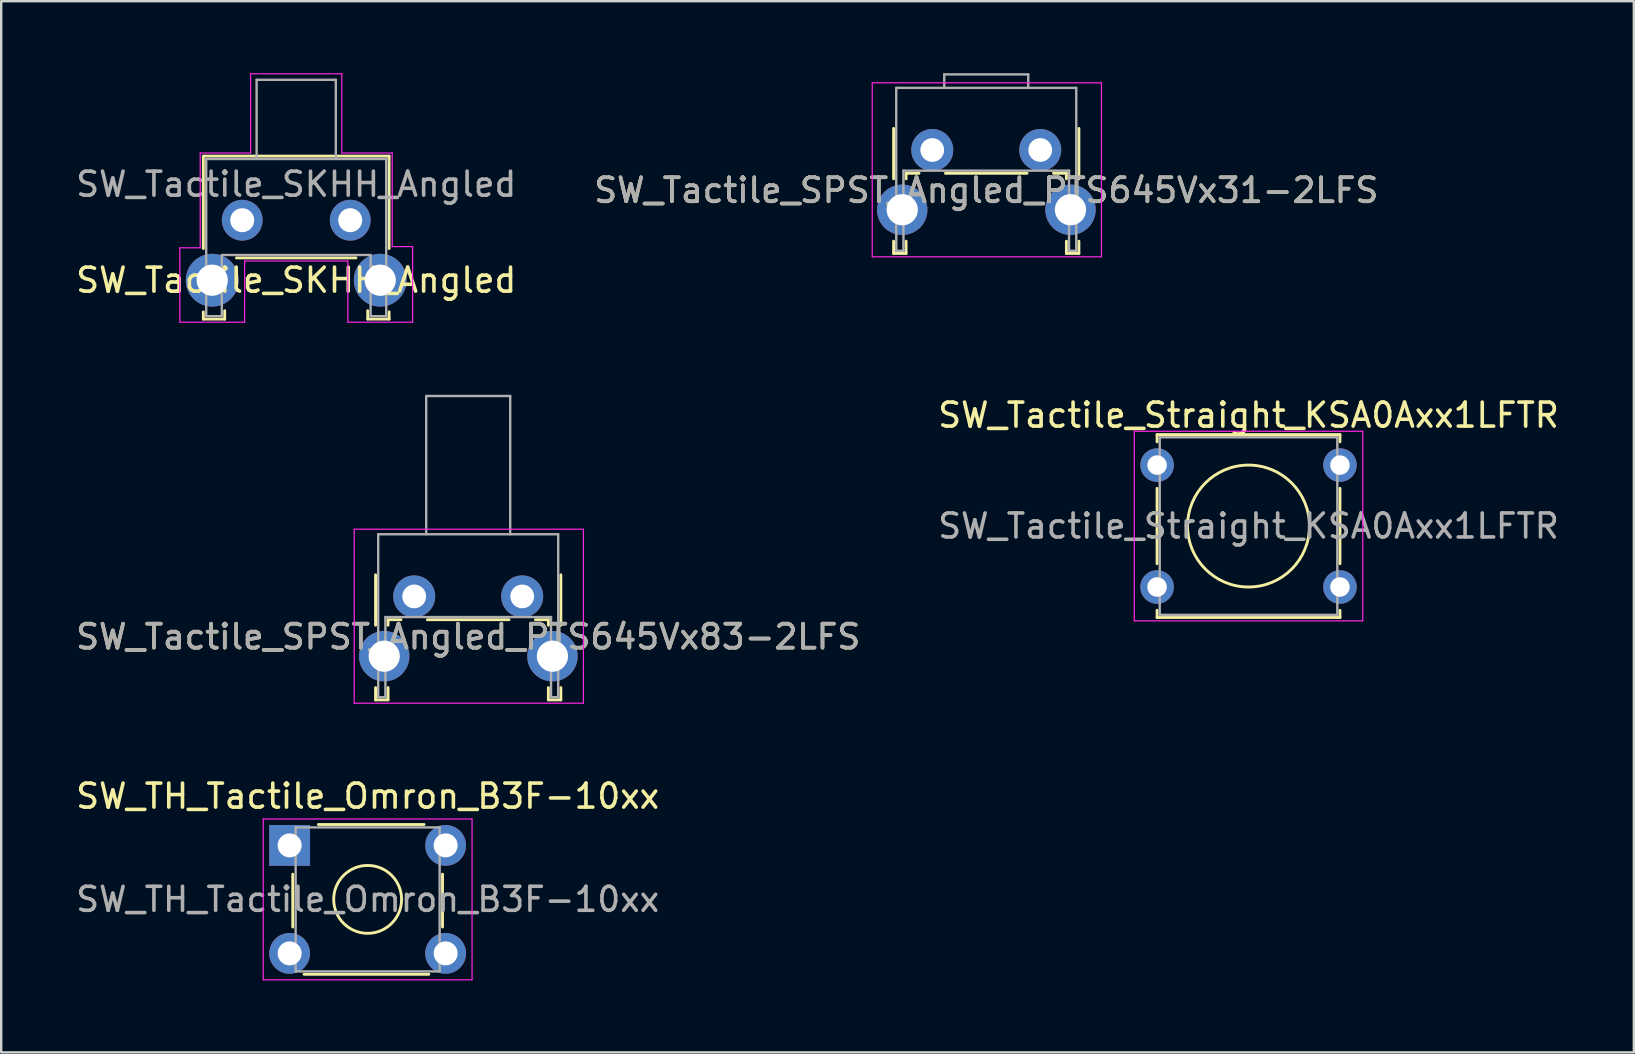
<source format=kicad_pcb>
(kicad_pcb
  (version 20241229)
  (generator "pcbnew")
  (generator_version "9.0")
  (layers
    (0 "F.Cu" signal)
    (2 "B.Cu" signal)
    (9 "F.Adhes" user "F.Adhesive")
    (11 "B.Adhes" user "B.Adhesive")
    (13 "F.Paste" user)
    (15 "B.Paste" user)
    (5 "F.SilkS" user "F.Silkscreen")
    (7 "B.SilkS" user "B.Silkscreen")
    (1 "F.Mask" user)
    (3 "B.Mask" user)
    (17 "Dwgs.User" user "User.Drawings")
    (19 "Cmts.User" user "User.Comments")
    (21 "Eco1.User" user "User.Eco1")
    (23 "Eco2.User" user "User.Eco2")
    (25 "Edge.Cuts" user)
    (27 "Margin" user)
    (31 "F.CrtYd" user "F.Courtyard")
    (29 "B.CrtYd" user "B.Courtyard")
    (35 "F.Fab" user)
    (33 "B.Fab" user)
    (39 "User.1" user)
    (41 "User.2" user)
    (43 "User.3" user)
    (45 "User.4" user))
  (footprint "SW_Tactile_Straight_KSA0Axx1LFTR"
    (layer "F.Cu")
    (at 45.16 16.328)
    (property "Reference" "SW_Tactile_Straight_KSA0Axx1LFTR" (at 3.81 -2.08 0) (layer "F.SilkS") (effects (font (size 1 1) (thickness 0.15))))
    (attr through_hole)
    (fp_line (start 0 -1.27) (end 0 -0.97) (stroke (width 0.12) (type solid)) (layer "F.SilkS"))
    (fp_line (start 0 -1.27) (end 7.62 -1.27) (stroke (width 0.12) (type solid)) (layer "F.SilkS"))
    (fp_line (start 0 0.97) (end 0 4.11) (stroke (width 0.12) (type solid)) (layer "F.SilkS"))
    (fp_line (start 0 6.05) (end 0 6.35) (stroke (width 0.12) (type solid)) (layer "F.SilkS"))
    (fp_line (start 7.62 -1.27) (end 7.62 -0.97) (stroke (width 0.12) (type solid)) (layer "F.SilkS"))
    (fp_line (start 7.62 0.97) (end 7.62 4.11) (stroke (width 0.12) (type solid)) (layer "F.SilkS"))
    (fp_line (start 7.62 6.05) (end 7.62 6.35) (stroke (width 0.12) (type solid)) (layer "F.SilkS"))
    (fp_line (start 7.62 6.35) (end 0 6.35) (stroke (width 0.12) (type solid)) (layer "F.SilkS"))
    (fp_circle (center 3.81 2.54) (end 3.81 0) (stroke (width 0.12) (type solid)) (fill no) (layer "F.SilkS"))
    (fp_line (start -0.95 -1.41) (end -0.95 6.49) (stroke (width 0.05) (type solid)) (layer "F.CrtYd"))
    (fp_line (start -0.95 -1.41) (end 8.57 -1.41) (stroke (width 0.05) (type solid)) (layer "F.CrtYd"))
    (fp_line (start 8.57 6.49) (end -0.95 6.49) (stroke (width 0.05) (type solid)) (layer "F.CrtYd"))
    (fp_line (start 8.57 6.49) (end 8.57 -1.41) (stroke (width 0.05) (type solid)) (layer "F.CrtYd"))
    (fp_line (start 0.11 -1.16) (end 7.51 -1.16) (stroke (width 0.1) (type solid)) (layer "F.Fab"))
    (fp_line (start 0.11 6.24) (end 0.11 -1.16) (stroke (width 0.1) (type solid)) (layer "F.Fab"))
    (fp_line (start 7.51 -1.16) (end 7.51 6.24) (stroke (width 0.1) (type solid)) (layer "F.Fab"))
    (fp_line (start 7.51 6.24) (end 0.11 6.24) (stroke (width 0.1) (type solid)) (layer "F.Fab"))
    (fp_text user "${REFERENCE}" (at 3.81 2.54 0) (layer "F.Fab") (effects (font (size 1 1) (thickness 0.15))))
    (pad "1" thru_hole circle (at 0 0) (size 1.397 1.397) (drill 0.813) (layers "*.Cu" "*.Mask"))
    (pad "1" thru_hole circle (at 7.62 0) (size 1.397 1.397) (drill 0.813) (layers "*.Cu" "*.Mask"))
    (pad "2" thru_hole circle (at 0 5.08) (size 1.397 1.397) (drill 0.813) (layers "*.Cu" "*.Mask"))
    (pad "2" thru_hole circle (at 7.62 5.08) (size 1.397 1.397) (drill 0.813) (layers "*.Cu" "*.Mask")))
  (footprint "SW_TH_Tactile_Omron_B3F-10xx"
    (layer "F.Cu")
    (at 9.018 32.173)
    (property "Reference" "SW_TH_Tactile_Omron_B3F-10xx" (at 3.25 -2.05 0) (layer "F.SilkS") (effects (font (size 1 1) (thickness 0.15))))
    (attr through_hole)
    (fp_line (start 0.13 3.4) (end 0.13 1.2) (stroke (width 0.12) (type solid)) (layer "F.SilkS"))
    (fp_line (start 0.6 5.37) (end 5.8 5.37) (stroke (width 0.12) (type solid)) (layer "F.SilkS"))
    (fp_line (start 1.2 -0.87) (end 5.6 -0.87) (stroke (width 0.12) (type solid)) (layer "F.SilkS"))
    (fp_line (start 6.37 1.2) (end 6.37 3.4) (stroke (width 0.12) (type solid)) (layer "F.SilkS"))
    (fp_circle (center 3.25 2.25) (end 4.25 3.25) (stroke (width 0.12) (type solid)) (fill no) (layer "F.SilkS"))
    (fp_line (start -1.1 -1.1) (end -1.1 5.6) (stroke (width 0.05) (type solid)) (layer "F.CrtYd"))
    (fp_line (start -1.1 -1.1) (end 7.6 -1.1) (stroke (width 0.05) (type solid)) (layer "F.CrtYd"))
    (fp_line (start -1.1 5.6) (end 7.6 5.6) (stroke (width 0.05) (type solid)) (layer "F.CrtYd"))
    (fp_line (start 7.6 5.6) (end 7.6 -1.1) (stroke (width 0.05) (type solid)) (layer "F.CrtYd"))
    (fp_line (start 0.25 -0.75) (end 0.25 5.25) (stroke (width 0.1) (type solid)) (layer "F.Fab"))
    (fp_line (start 0.25 -0.75) (end 6.25 -0.75) (stroke (width 0.1) (type solid)) (layer "F.Fab"))
    (fp_line (start 0.25 5.25) (end 6.25 5.25) (stroke (width 0.1) (type solid)) (layer "F.Fab"))
    (fp_line (start 6.25 -0.75) (end 6.25 5.25) (stroke (width 0.1) (type solid)) (layer "F.Fab"))
    (fp_text user "${REFERENCE}" (at 3.25 2.25 0) (layer "F.Fab") (effects (font (size 1 1) (thickness 0.15))))
    (pad "1" thru_hole rect (at 0 0) (size 1.7 1.7) (drill 1) (layers "*.Cu" "*.Mask"))
    (pad "1" thru_hole circle (at 6.5 0) (size 1.7 1.7) (drill 1) (layers "*.Cu" "*.Mask"))
    (pad "2" thru_hole circle (at 0 4.5) (size 1.7 1.7) (drill 1) (layers "*.Cu" "*.Mask"))
    (pad "2" thru_hole circle (at 6.5 4.5) (size 1.7 1.7) (drill 1) (layers "*.Cu" "*.Mask")))
  (footprint "SW_Tactile_SKHH_Angled"
    (layer "F.Cu")
    (at 7.042 6.125)
    (property "Reference" "SW_Tactile_SKHH_Angled" (at 2.25 2.5 0) (layer "F.SilkS") (effects (font (size 1 1) (thickness 0.15))))
    (attr through_hole)
    (fp_line (start -1.62 -2.67) (end -1.62 1.18) (stroke (width 0.12) (type solid)) (layer "F.SilkS"))
    (fp_line (start -1.62 3.82) (end -1.62 4.12) (stroke (width 0.12) (type solid)) (layer "F.SilkS"))
    (fp_line (start -0.73 4.12) (end -1.62 4.12) (stroke (width 0.12) (type solid)) (layer "F.SilkS"))
    (fp_line (start -0.73 4.12) (end -0.73 3.77) (stroke (width 0.12) (type solid)) (layer "F.SilkS"))
    (fp_line (start -0.24 1.57) (end 4.74 1.57) (stroke (width 0.12) (type solid)) (layer "F.SilkS"))
    (fp_line (start 5.23 4.12) (end 5.23 3.77) (stroke (width 0.12) (type solid)) (layer "F.SilkS"))
    (fp_line (start 6.12 -2.67) (end -1.62 -2.67) (stroke (width 0.12) (type solid)) (layer "F.SilkS"))
    (fp_line (start 6.12 1.18) (end 6.12 -2.67) (stroke (width 0.12) (type solid)) (layer "F.SilkS"))
    (fp_line (start 6.12 3.82) (end 6.12 4.12) (stroke (width 0.12) (type solid)) (layer "F.SilkS"))
    (fp_line (start 6.12 4.12) (end 5.23 4.12) (stroke (width 0.12) (type solid)) (layer "F.SilkS"))
    (fp_line (start -2.6 1.15) (end -1.75 1.15) (stroke (width 0.05) (type solid)) (layer "F.CrtYd"))
    (fp_line (start -2.6 4.25) (end -2.6 1.15) (stroke (width 0.05) (type solid)) (layer "F.CrtYd"))
    (fp_line (start -1.75 1.15) (end -1.75 -2.8) (stroke (width 0.05) (type solid)) (layer "F.CrtYd"))
    (fp_line (start 0.1 1.7) (end 4.4 1.7) (stroke (width 0.05) (type solid)) (layer "F.CrtYd"))
    (fp_line (start 0.1 4.25) (end -2.6 4.25) (stroke (width 0.05) (type solid)) (layer "F.CrtYd"))
    (fp_line (start 0.1 4.25) (end 0.1 1.7) (stroke (width 0.05) (type solid)) (layer "F.CrtYd"))
    (fp_line (start 0.35 -6.1) (end 0.35 -2.8) (stroke (width 0.05) (type solid)) (layer "F.CrtYd"))
    (fp_line (start 0.35 -2.8) (end -1.75 -2.8) (stroke (width 0.05) (type solid)) (layer "F.CrtYd"))
    (fp_line (start 4.15 -6.1) (end 0.35 -6.1) (stroke (width 0.05) (type solid)) (layer "F.CrtYd"))
    (fp_line (start 4.15 -2.8) (end 4.15 -6.1) (stroke (width 0.05) (type solid)) (layer "F.CrtYd"))
    (fp_line (start 4.4 1.7) (end 4.4 4.25) (stroke (width 0.05) (type solid)) (layer "F.CrtYd"))
    (fp_line (start 4.4 4.25) (end 7.1 4.25) (stroke (width 0.05) (type solid)) (layer "F.CrtYd"))
    (fp_line (start 6.25 -2.8) (end 4.15 -2.8) (stroke (width 0.05) (type solid)) (layer "F.CrtYd"))
    (fp_line (start 6.25 1.1) (end 6.25 -2.8) (stroke (width 0.05) (type solid)) (layer "F.CrtYd"))
    (fp_line (start 7.1 1.1) (end 6.25 1.1) (stroke (width 0.05) (type solid)) (layer "F.CrtYd"))
    (fp_line (start 7.1 4.25) (end 7.1 1.1) (stroke (width 0.05) (type solid)) (layer "F.CrtYd"))
    (fp_line (start -1.5 4) (end -1.5 -2.55) (stroke (width 0.1) (type solid)) (layer "F.Fab"))
    (fp_line (start -0.85 1.45) (end -0.85 4) (stroke (width 0.1) (type solid)) (layer "F.Fab"))
    (fp_line (start -0.85 4) (end -1.5 4) (stroke (width 0.1) (type solid)) (layer "F.Fab"))
    (fp_line (start 0.6 -5.85) (end 3.9 -5.85) (stroke (width 0.1) (type solid)) (layer "F.Fab"))
    (fp_line (start 0.6 -2.55) (end 0.6 -5.85) (stroke (width 0.1) (type solid)) (layer "F.Fab"))
    (fp_line (start 3.9 -2.55) (end 3.9 -5.85) (stroke (width 0.1) (type solid)) (layer "F.Fab"))
    (fp_line (start 5.35 1.45) (end -0.85 1.45) (stroke (width 0.1) (type solid)) (layer "F.Fab"))
    (fp_line (start 5.35 1.45) (end 5.35 4) (stroke (width 0.1) (type solid)) (layer "F.Fab"))
    (fp_line (start 6 -2.55) (end -1.5 -2.55) (stroke (width 0.1) (type solid)) (layer "F.Fab"))
    (fp_line (start 6 -2.55) (end 6 4) (stroke (width 0.1) (type solid)) (layer "F.Fab"))
    (fp_line (start 6 4) (end 5.35 4) (stroke (width 0.1) (type solid)) (layer "F.Fab"))
    (fp_text user "${REFERENCE}" (at 2.25 -1.5 0) (layer "F.Fab") (effects (font (size 1 1) (thickness 0.15))))
    (pad "" thru_hole circle (at -1.25 2.5 180) (size 2.2 2.2) (drill 1.3) (layers "*.Cu" "*.Mask"))
    (pad "" thru_hole circle (at 5.75 2.5 180) (size 2.2 2.2) (drill 1.3) (layers "*.Cu" "*.Mask"))
    (pad "1" thru_hole circle (at 0 0 180) (size 1.7 1.7) (drill 1) (layers "*.Cu" "*.Mask"))
    (pad "2" thru_hole circle (at 4.5 0 180) (size 1.7 1.7) (drill 1) (layers "*.Cu" "*.Mask")))
  (footprint "SW_Tactile_SPST_Angled_PTS645Vx31-2LFS"
    (layer "F.Cu")
    (at 35.792 3.2)
    (property "Reference" "SW_Tactile_SPST_Angled_PTS645Vx31-2LFS" (at 2.25 1.68 0) (layer "F.SilkS") (effects (font (size 1 1) (thickness 0.15))))
    (attr through_hole)
    (fp_line (start -1.61 -0.9) (end -1.61 1.2) (stroke (width 0.12) (type solid)) (layer "F.SilkS"))
    (fp_line (start -1.61 3.8) (end -1.61 4.31) (stroke (width 0.12) (type solid)) (layer "F.SilkS"))
    (fp_line (start -1.61 4.31) (end -1.09 4.31) (stroke (width 0.12) (type solid)) (layer "F.SilkS"))
    (fp_line (start -1.09 0.97) (end -1.09 1.2) (stroke (width 0.12) (type solid)) (layer "F.SilkS"))
    (fp_line (start -1.09 0.97) (end -0.55 0.97) (stroke (width 0.12) (type solid)) (layer "F.SilkS"))
    (fp_line (start -1.09 3.8) (end -1.09 4.31) (stroke (width 0.12) (type solid)) (layer "F.SilkS"))
    (fp_line (start 0.55 0.97) (end 3.95 0.97) (stroke (width 0.12) (type solid)) (layer "F.SilkS"))
    (fp_line (start 5.05 0.97) (end 5.59 0.97) (stroke (width 0.12) (type solid)) (layer "F.SilkS"))
    (fp_line (start 5.59 0.97) (end 5.59 1.2) (stroke (width 0.12) (type solid)) (layer "F.SilkS"))
    (fp_line (start 5.59 3.8) (end 5.59 4.31) (stroke (width 0.12) (type solid)) (layer "F.SilkS"))
    (fp_line (start 5.59 4.31) (end 6.11 4.31) (stroke (width 0.12) (type solid)) (layer "F.SilkS"))
    (fp_line (start 6.11 -0.9) (end 6.11 1.2) (stroke (width 0.12) (type solid)) (layer "F.SilkS"))
    (fp_line (start 6.11 3.8) (end 6.11 4.31) (stroke (width 0.12) (type solid)) (layer "F.SilkS"))
    (fp_line (start -2.5 -2.8) (end 7.05 -2.8) (stroke (width 0.05) (type solid)) (layer "F.CrtYd"))
    (fp_line (start -2.5 4.45) (end -2.5 -2.8) (stroke (width 0.05) (type solid)) (layer "F.CrtYd"))
    (fp_line (start 7.05 -2.8) (end 7.05 4.45) (stroke (width 0.05) (type solid)) (layer "F.CrtYd"))
    (fp_line (start 7.05 4.45) (end -2.5 4.45) (stroke (width 0.05) (type solid)) (layer "F.CrtYd"))
    (fp_line (start -1.5 -2.59) (end 6 -2.59) (stroke (width 0.1) (type solid)) (layer "F.Fab"))
    (fp_line (start -1.5 4.2) (end -1.5 -2.59) (stroke (width 0.1) (type solid)) (layer "F.Fab"))
    (fp_line (start -1.5 4.2) (end -1.2 4.2) (stroke (width 0.1) (type solid)) (layer "F.Fab"))
    (fp_line (start -1.2 0.86) (end 5.7 0.86) (stroke (width 0.1) (type solid)) (layer "F.Fab"))
    (fp_line (start -1.2 4.2) (end -1.2 0.86) (stroke (width 0.1) (type solid)) (layer "F.Fab"))
    (fp_line (start 0.5 -3.15) (end 0.5 -2.59) (stroke (width 0.1) (type solid)) (layer "F.Fab"))
    (fp_line (start 0.5 -3.15) (end 4 -3.15) (stroke (width 0.1) (type solid)) (layer "F.Fab"))
    (fp_line (start 4 -3.15) (end 4 -2.59) (stroke (width 0.1) (type solid)) (layer "F.Fab"))
    (fp_line (start 5.7 4.2) (end 5.7 0.86) (stroke (width 0.1) (type solid)) (layer "F.Fab"))
    (fp_line (start 5.7 4.2) (end 6 4.2) (stroke (width 0.1) (type solid)) (layer "F.Fab"))
    (fp_line (start 6 4.2) (end 6 -2.59) (stroke (width 0.1) (type solid)) (layer "F.Fab"))
    (fp_text user "${REFERENCE}" (at 2.25 1.68 0) (layer "F.Fab") (effects (font (size 1 1) (thickness 0.15))))
    (pad "" thru_hole circle (at -1.25 2.49) (size 2.1 2.1) (drill 1.3) (layers "*.Cu" "*.Mask"))
    (pad "" thru_hole circle (at 5.76 2.49) (size 2.1 2.1) (drill 1.3) (layers "*.Cu" "*.Mask"))
    (pad "1" thru_hole circle (at 0 0) (size 1.75 1.75) (drill 0.99) (layers "*.Cu" "*.Mask"))
    (pad "2" thru_hole circle (at 4.5 0) (size 1.75 1.75) (drill 0.99) (layers "*.Cu" "*.Mask")))
  (footprint "SW_Tactile_SPST_Angled_PTS645Vx83-2LFS"
    (layer "F.Cu")
    (at 14.208 21.8)
    (property "Reference" "SW_Tactile_SPST_Angled_PTS645Vx83-2LFS" (at 2.25 1.68 0) (layer "F.SilkS") (effects (font (size 1 1) (thickness 0.15))))
    (attr through_hole)
    (fp_line (start -1.61 -0.9) (end -1.61 1.2) (stroke (width 0.12) (type solid)) (layer "F.SilkS"))
    (fp_line (start -1.61 3.8) (end -1.61 4.31) (stroke (width 0.12) (type solid)) (layer "F.SilkS"))
    (fp_line (start -1.61 4.31) (end -1.09 4.31) (stroke (width 0.12) (type solid)) (layer "F.SilkS"))
    (fp_line (start -1.09 0.97) (end -1.09 1.2) (stroke (width 0.12) (type solid)) (layer "F.SilkS"))
    (fp_line (start -1.09 0.97) (end -0.55 0.97) (stroke (width 0.12) (type solid)) (layer "F.SilkS"))
    (fp_line (start -1.09 3.8) (end -1.09 4.31) (stroke (width 0.12) (type solid)) (layer "F.SilkS"))
    (fp_line (start 0.55 0.97) (end 3.95 0.97) (stroke (width 0.12) (type solid)) (layer "F.SilkS"))
    (fp_line (start 5.05 0.97) (end 5.59 0.97) (stroke (width 0.12) (type solid)) (layer "F.SilkS"))
    (fp_line (start 5.59 0.97) (end 5.59 1.2) (stroke (width 0.12) (type solid)) (layer "F.SilkS"))
    (fp_line (start 5.59 3.8) (end 5.59 4.31) (stroke (width 0.12) (type solid)) (layer "F.SilkS"))
    (fp_line (start 5.59 4.31) (end 6.11 4.31) (stroke (width 0.12) (type solid)) (layer "F.SilkS"))
    (fp_line (start 6.11 -0.9) (end 6.11 1.2) (stroke (width 0.12) (type solid)) (layer "F.SilkS"))
    (fp_line (start 6.11 3.8) (end 6.11 4.31) (stroke (width 0.12) (type solid)) (layer "F.SilkS"))
    (fp_line (start -2.5 -2.8) (end 7.05 -2.8) (stroke (width 0.05) (type solid)) (layer "F.CrtYd"))
    (fp_line (start -2.5 4.45) (end -2.5 -2.8) (stroke (width 0.05) (type solid)) (layer "F.CrtYd"))
    (fp_line (start 7.05 -2.8) (end 7.05 4.45) (stroke (width 0.05) (type solid)) (layer "F.CrtYd"))
    (fp_line (start 7.05 4.45) (end -2.5 4.45) (stroke (width 0.05) (type solid)) (layer "F.CrtYd"))
    (fp_line (start -1.5 -2.59) (end 6 -2.59) (stroke (width 0.1) (type solid)) (layer "F.Fab"))
    (fp_line (start -1.5 4.2) (end -1.5 -2.59) (stroke (width 0.1) (type solid)) (layer "F.Fab"))
    (fp_line (start -1.5 4.2) (end -1.2 4.2) (stroke (width 0.1) (type solid)) (layer "F.Fab"))
    (fp_line (start -1.2 0.86) (end 5.7 0.86) (stroke (width 0.1) (type solid)) (layer "F.Fab"))
    (fp_line (start -1.2 4.2) (end -1.2 0.86) (stroke (width 0.1) (type solid)) (layer "F.Fab"))
    (fp_line (start 0.5 -8.35) (end 0.5 -2.59) (stroke (width 0.1) (type solid)) (layer "F.Fab"))
    (fp_line (start 0.5 -8.35) (end 4 -8.35) (stroke (width 0.1) (type solid)) (layer "F.Fab"))
    (fp_line (start 4 -8.35) (end 4 -2.59) (stroke (width 0.1) (type solid)) (layer "F.Fab"))
    (fp_line (start 5.7 4.2) (end 5.7 0.86) (stroke (width 0.1) (type solid)) (layer "F.Fab"))
    (fp_line (start 5.7 4.2) (end 6 4.2) (stroke (width 0.1) (type solid)) (layer "F.Fab"))
    (fp_line (start 6 4.2) (end 6 -2.59) (stroke (width 0.1) (type solid)) (layer "F.Fab"))
    (fp_text user "${REFERENCE}" (at 2.25 1.68 0) (layer "F.Fab") (effects (font (size 1 1) (thickness 0.15))))
    (pad "" thru_hole circle (at -1.25 2.49) (size 2.1 2.1) (drill 1.3) (layers "*.Cu" "*.Mask"))
    (pad "" thru_hole circle (at 5.76 2.49) (size 2.1 2.1) (drill 1.3) (layers "*.Cu" "*.Mask"))
    (pad "1" thru_hole circle (at 0 0) (size 1.75 1.75) (drill 0.99) (layers "*.Cu" "*.Mask"))
    (pad "2" thru_hole circle (at 4.5 0) (size 1.75 1.75) (drill 0.99) (layers "*.Cu" "*.Mask")))
  (gr_rect
    (start -3 -3)
    (end 65.024 40.798)
    (stroke (width 0.1) (type default))
    (fill no)
    (layer "Edge.Cuts")))
</source>
